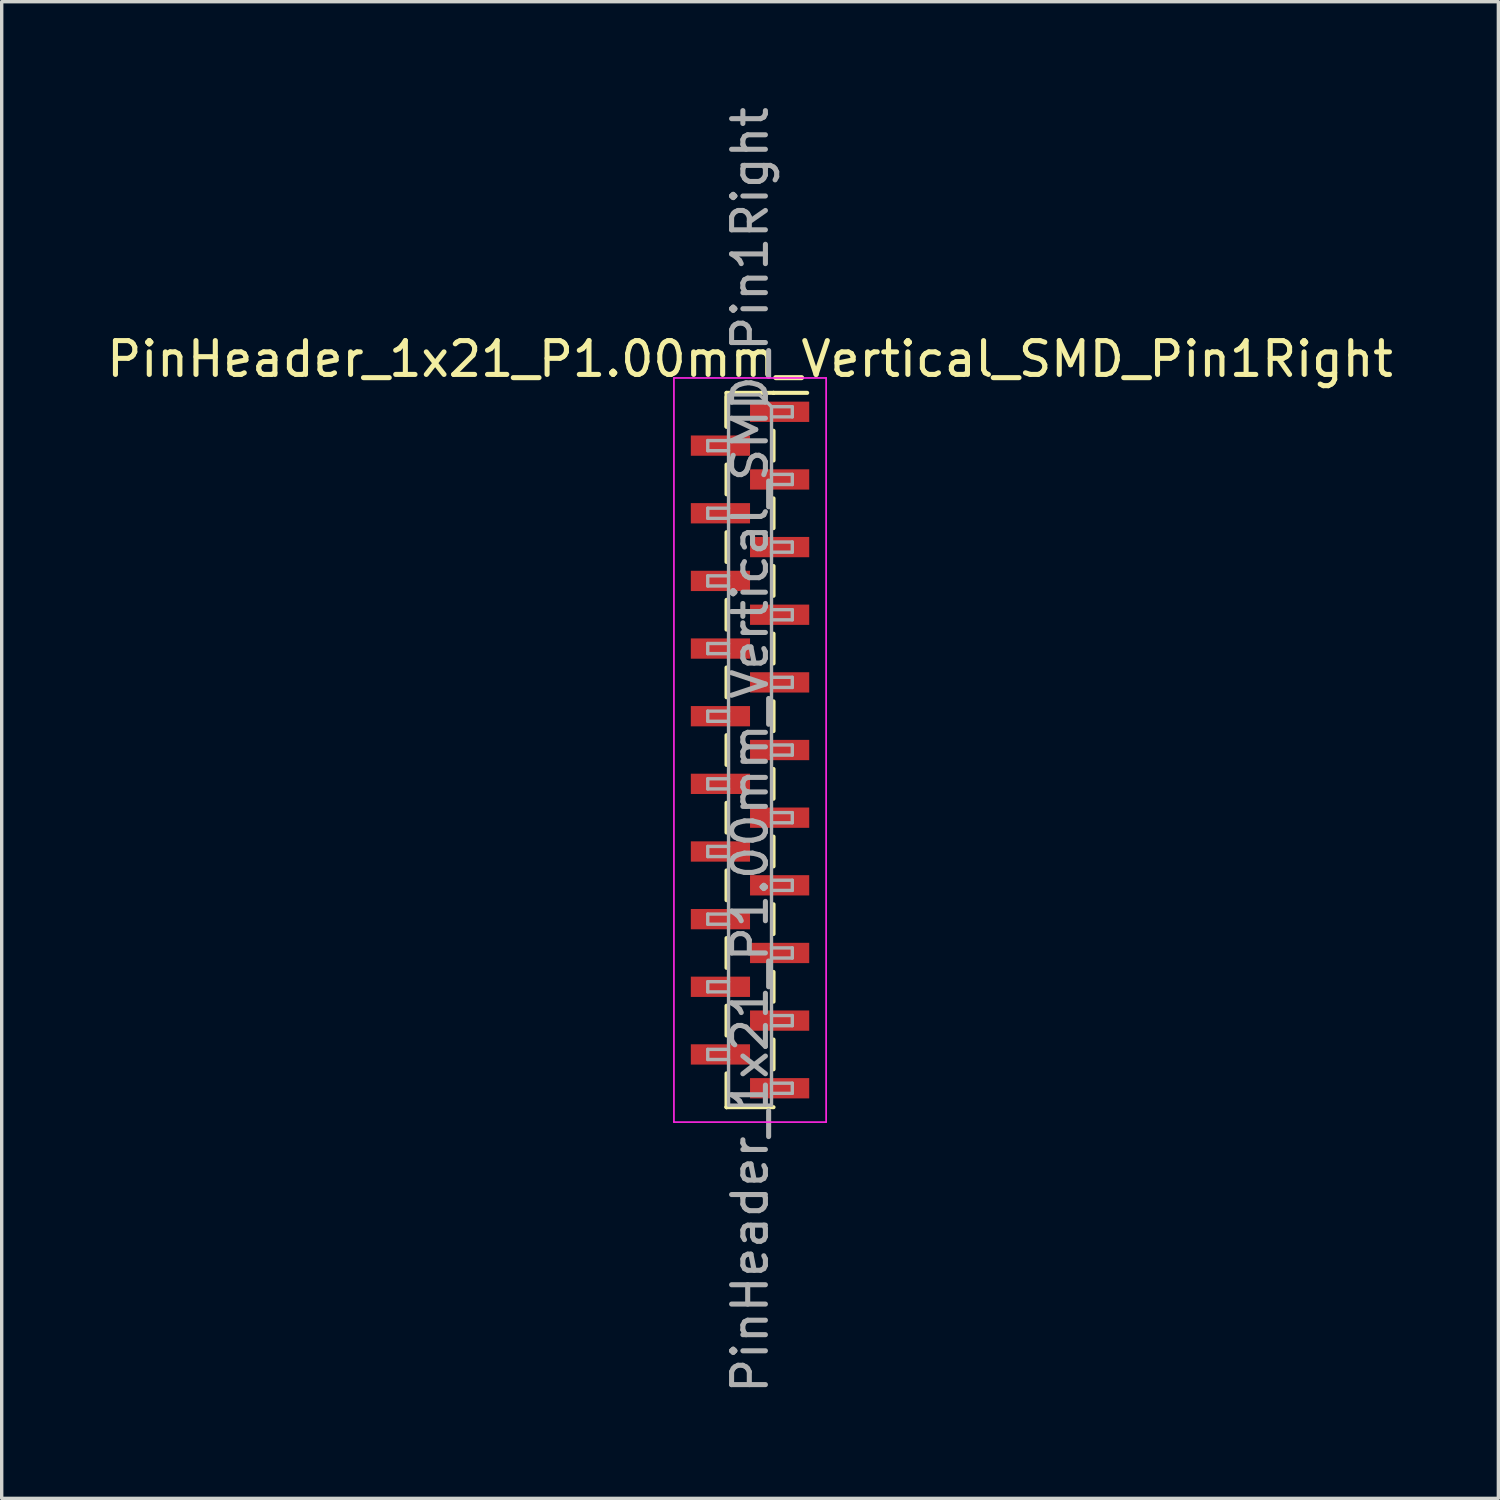
<source format=kicad_pcb>
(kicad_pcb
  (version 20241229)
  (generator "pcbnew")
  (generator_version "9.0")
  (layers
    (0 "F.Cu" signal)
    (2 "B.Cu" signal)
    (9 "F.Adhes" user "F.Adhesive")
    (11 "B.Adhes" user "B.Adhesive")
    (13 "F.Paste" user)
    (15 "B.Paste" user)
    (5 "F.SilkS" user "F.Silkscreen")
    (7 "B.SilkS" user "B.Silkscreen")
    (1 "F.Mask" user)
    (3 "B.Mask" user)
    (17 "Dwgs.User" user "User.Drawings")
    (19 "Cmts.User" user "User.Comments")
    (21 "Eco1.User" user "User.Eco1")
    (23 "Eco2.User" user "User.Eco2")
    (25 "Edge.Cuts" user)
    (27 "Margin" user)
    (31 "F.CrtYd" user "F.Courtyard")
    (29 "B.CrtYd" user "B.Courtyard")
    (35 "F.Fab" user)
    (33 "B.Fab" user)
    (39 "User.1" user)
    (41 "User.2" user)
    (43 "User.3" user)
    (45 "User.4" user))
  (footprint "PinHeader_1x21_P1.00mm_Vertical_SMD_Pin1Right"
    (layer "F.Cu")
    (at 19.125 19.125)
    (property "Reference" "PinHeader_1x21_P1.00mm_Vertical_SMD_Pin1Right" (at 0 -11.56 0) (layer "F.SilkS") (effects (font (size 1 1) (thickness 0.15))))
    (attr smd)
    (fp_line (start -0.695 -10.56) (end -0.695 -9.56) (stroke (width 0.12) (type solid)) (layer "F.SilkS"))
    (fp_line (start -0.695 -10.56) (end 0.695 -10.56) (stroke (width 0.12) (type solid)) (layer "F.SilkS"))
    (fp_line (start -0.695 -10.44) (end -0.695 -9.56) (stroke (width 0.12) (type solid)) (layer "F.SilkS"))
    (fp_line (start -0.695 -8.44) (end -0.695 -7.56) (stroke (width 0.12) (type solid)) (layer "F.SilkS"))
    (fp_line (start -0.695 -6.44) (end -0.695 -5.56) (stroke (width 0.12) (type solid)) (layer "F.SilkS"))
    (fp_line (start -0.695 -4.44) (end -0.695 -3.56) (stroke (width 0.12) (type solid)) (layer "F.SilkS"))
    (fp_line (start -0.695 -2.44) (end -0.695 -1.56) (stroke (width 0.12) (type solid)) (layer "F.SilkS"))
    (fp_line (start -0.695 -0.44) (end -0.695 0.44) (stroke (width 0.12) (type solid)) (layer "F.SilkS"))
    (fp_line (start -0.695 1.56) (end -0.695 2.44) (stroke (width 0.12) (type solid)) (layer "F.SilkS"))
    (fp_line (start -0.695 3.56) (end -0.695 4.44) (stroke (width 0.12) (type solid)) (layer "F.SilkS"))
    (fp_line (start -0.695 5.56) (end -0.695 6.44) (stroke (width 0.12) (type solid)) (layer "F.SilkS"))
    (fp_line (start -0.695 7.56) (end -0.695 8.44) (stroke (width 0.12) (type solid)) (layer "F.SilkS"))
    (fp_line (start -0.695 9.56) (end -0.695 10.56) (stroke (width 0.12) (type solid)) (layer "F.SilkS"))
    (fp_line (start -0.695 10.56) (end -0.695 10.56) (stroke (width 0.12) (type solid)) (layer "F.SilkS"))
    (fp_line (start -0.695 10.56) (end 0.695 10.56) (stroke (width 0.12) (type solid)) (layer "F.SilkS"))
    (fp_line (start 0.695 -10.56) (end 0.695 -10.56) (stroke (width 0.12) (type solid)) (layer "F.SilkS"))
    (fp_line (start 0.695 -10.56) (end 1.69 -10.56) (stroke (width 0.12) (type solid)) (layer "F.SilkS"))
    (fp_line (start 0.695 -9.44) (end 0.695 -8.56) (stroke (width 0.12) (type solid)) (layer "F.SilkS"))
    (fp_line (start 0.695 -7.44) (end 0.695 -6.56) (stroke (width 0.12) (type solid)) (layer "F.SilkS"))
    (fp_line (start 0.695 -5.44) (end 0.695 -4.56) (stroke (width 0.12) (type solid)) (layer "F.SilkS"))
    (fp_line (start 0.695 -3.44) (end 0.695 -2.56) (stroke (width 0.12) (type solid)) (layer "F.SilkS"))
    (fp_line (start 0.695 -1.44) (end 0.695 -0.56) (stroke (width 0.12) (type solid)) (layer "F.SilkS"))
    (fp_line (start 0.695 0.56) (end 0.695 1.44) (stroke (width 0.12) (type solid)) (layer "F.SilkS"))
    (fp_line (start 0.695 2.56) (end 0.695 3.44) (stroke (width 0.12) (type solid)) (layer "F.SilkS"))
    (fp_line (start 0.695 4.56) (end 0.695 5.44) (stroke (width 0.12) (type solid)) (layer "F.SilkS"))
    (fp_line (start 0.695 6.56) (end 0.695 7.44) (stroke (width 0.12) (type solid)) (layer "F.SilkS"))
    (fp_line (start 0.695 8.56) (end 0.695 9.44) (stroke (width 0.12) (type solid)) (layer "F.SilkS"))
    (fp_line (start -2.25 -11) (end -2.25 11) (stroke (width 0.05) (type solid)) (layer "F.CrtYd"))
    (fp_line (start -2.25 11) (end 2.25 11) (stroke (width 0.05) (type solid)) (layer "F.CrtYd"))
    (fp_line (start 2.25 -11) (end -2.25 -11) (stroke (width 0.05) (type solid)) (layer "F.CrtYd"))
    (fp_line (start 2.25 11) (end 2.25 -11) (stroke (width 0.05) (type solid)) (layer "F.CrtYd"))
    (fp_line (start -1.25 -9.15) (end -1.25 -8.85) (stroke (width 0.1) (type solid)) (layer "F.Fab"))
    (fp_line (start -1.25 -8.85) (end -0.635 -8.85) (stroke (width 0.1) (type solid)) (layer "F.Fab"))
    (fp_line (start -1.25 -7.15) (end -1.25 -6.85) (stroke (width 0.1) (type solid)) (layer "F.Fab"))
    (fp_line (start -1.25 -6.85) (end -0.635 -6.85) (stroke (width 0.1) (type solid)) (layer "F.Fab"))
    (fp_line (start -1.25 -5.15) (end -1.25 -4.85) (stroke (width 0.1) (type solid)) (layer "F.Fab"))
    (fp_line (start -1.25 -4.85) (end -0.635 -4.85) (stroke (width 0.1) (type solid)) (layer "F.Fab"))
    (fp_line (start -1.25 -3.15) (end -1.25 -2.85) (stroke (width 0.1) (type solid)) (layer "F.Fab"))
    (fp_line (start -1.25 -2.85) (end -0.635 -2.85) (stroke (width 0.1) (type solid)) (layer "F.Fab"))
    (fp_line (start -1.25 -1.15) (end -1.25 -0.85) (stroke (width 0.1) (type solid)) (layer "F.Fab"))
    (fp_line (start -1.25 -0.85) (end -0.635 -0.85) (stroke (width 0.1) (type solid)) (layer "F.Fab"))
    (fp_line (start -1.25 0.85) (end -1.25 1.15) (stroke (width 0.1) (type solid)) (layer "F.Fab"))
    (fp_line (start -1.25 1.15) (end -0.635 1.15) (stroke (width 0.1) (type solid)) (layer "F.Fab"))
    (fp_line (start -1.25 2.85) (end -1.25 3.15) (stroke (width 0.1) (type solid)) (layer "F.Fab"))
    (fp_line (start -1.25 3.15) (end -0.635 3.15) (stroke (width 0.1) (type solid)) (layer "F.Fab"))
    (fp_line (start -1.25 4.85) (end -1.25 5.15) (stroke (width 0.1) (type solid)) (layer "F.Fab"))
    (fp_line (start -1.25 5.15) (end -0.635 5.15) (stroke (width 0.1) (type solid)) (layer "F.Fab"))
    (fp_line (start -1.25 6.85) (end -1.25 7.15) (stroke (width 0.1) (type solid)) (layer "F.Fab"))
    (fp_line (start -1.25 7.15) (end -0.635 7.15) (stroke (width 0.1) (type solid)) (layer "F.Fab"))
    (fp_line (start -1.25 8.85) (end -1.25 9.15) (stroke (width 0.1) (type solid)) (layer "F.Fab"))
    (fp_line (start -1.25 9.15) (end -0.635 9.15) (stroke (width 0.1) (type solid)) (layer "F.Fab"))
    (fp_line (start -0.635 -10.5) (end -0.635 10.5) (stroke (width 0.1) (type solid)) (layer "F.Fab"))
    (fp_line (start -0.635 -10.5) (end 0.285 -10.5) (stroke (width 0.1) (type solid)) (layer "F.Fab"))
    (fp_line (start -0.635 -9.15) (end -1.25 -9.15) (stroke (width 0.1) (type solid)) (layer "F.Fab"))
    (fp_line (start -0.635 -7.15) (end -1.25 -7.15) (stroke (width 0.1) (type solid)) (layer "F.Fab"))
    (fp_line (start -0.635 -5.15) (end -1.25 -5.15) (stroke (width 0.1) (type solid)) (layer "F.Fab"))
    (fp_line (start -0.635 -3.15) (end -1.25 -3.15) (stroke (width 0.1) (type solid)) (layer "F.Fab"))
    (fp_line (start -0.635 -1.15) (end -1.25 -1.15) (stroke (width 0.1) (type solid)) (layer "F.Fab"))
    (fp_line (start -0.635 0.85) (end -1.25 0.85) (stroke (width 0.1) (type solid)) (layer "F.Fab"))
    (fp_line (start -0.635 2.85) (end -1.25 2.85) (stroke (width 0.1) (type solid)) (layer "F.Fab"))
    (fp_line (start -0.635 4.85) (end -1.25 4.85) (stroke (width 0.1) (type solid)) (layer "F.Fab"))
    (fp_line (start -0.635 6.85) (end -1.25 6.85) (stroke (width 0.1) (type solid)) (layer "F.Fab"))
    (fp_line (start -0.635 8.85) (end -1.25 8.85) (stroke (width 0.1) (type solid)) (layer "F.Fab"))
    (fp_line (start 0.635 -10.15) (end 0.285 -10.5) (stroke (width 0.1) (type solid)) (layer "F.Fab"))
    (fp_line (start 0.635 -10.15) (end 1.25 -10.15) (stroke (width 0.1) (type solid)) (layer "F.Fab"))
    (fp_line (start 0.635 -8.15) (end 1.25 -8.15) (stroke (width 0.1) (type solid)) (layer "F.Fab"))
    (fp_line (start 0.635 -6.15) (end 1.25 -6.15) (stroke (width 0.1) (type solid)) (layer "F.Fab"))
    (fp_line (start 0.635 -4.15) (end 1.25 -4.15) (stroke (width 0.1) (type solid)) (layer "F.Fab"))
    (fp_line (start 0.635 -2.15) (end 1.25 -2.15) (stroke (width 0.1) (type solid)) (layer "F.Fab"))
    (fp_line (start 0.635 -0.15) (end 1.25 -0.15) (stroke (width 0.1) (type solid)) (layer "F.Fab"))
    (fp_line (start 0.635 1.85) (end 1.25 1.85) (stroke (width 0.1) (type solid)) (layer "F.Fab"))
    (fp_line (start 0.635 3.85) (end 1.25 3.85) (stroke (width 0.1) (type solid)) (layer "F.Fab"))
    (fp_line (start 0.635 5.85) (end 1.25 5.85) (stroke (width 0.1) (type solid)) (layer "F.Fab"))
    (fp_line (start 0.635 7.85) (end 1.25 7.85) (stroke (width 0.1) (type solid)) (layer "F.Fab"))
    (fp_line (start 0.635 9.85) (end 1.25 9.85) (stroke (width 0.1) (type solid)) (layer "F.Fab"))
    (fp_line (start 0.635 10.5) (end -0.635 10.5) (stroke (width 0.1) (type solid)) (layer "F.Fab"))
    (fp_line (start 0.635 10.5) (end 0.635 -10.15) (stroke (width 0.1) (type solid)) (layer "F.Fab"))
    (fp_line (start 1.25 -10.15) (end 1.25 -9.85) (stroke (width 0.1) (type solid)) (layer "F.Fab"))
    (fp_line (start 1.25 -9.85) (end 0.635 -9.85) (stroke (width 0.1) (type solid)) (layer "F.Fab"))
    (fp_line (start 1.25 -8.15) (end 1.25 -7.85) (stroke (width 0.1) (type solid)) (layer "F.Fab"))
    (fp_line (start 1.25 -7.85) (end 0.635 -7.85) (stroke (width 0.1) (type solid)) (layer "F.Fab"))
    (fp_line (start 1.25 -6.15) (end 1.25 -5.85) (stroke (width 0.1) (type solid)) (layer "F.Fab"))
    (fp_line (start 1.25 -5.85) (end 0.635 -5.85) (stroke (width 0.1) (type solid)) (layer "F.Fab"))
    (fp_line (start 1.25 -4.15) (end 1.25 -3.85) (stroke (width 0.1) (type solid)) (layer "F.Fab"))
    (fp_line (start 1.25 -3.85) (end 0.635 -3.85) (stroke (width 0.1) (type solid)) (layer "F.Fab"))
    (fp_line (start 1.25 -2.15) (end 1.25 -1.85) (stroke (width 0.1) (type solid)) (layer "F.Fab"))
    (fp_line (start 1.25 -1.85) (end 0.635 -1.85) (stroke (width 0.1) (type solid)) (layer "F.Fab"))
    (fp_line (start 1.25 -0.15) (end 1.25 0.15) (stroke (width 0.1) (type solid)) (layer "F.Fab"))
    (fp_line (start 1.25 0.15) (end 0.635 0.15) (stroke (width 0.1) (type solid)) (layer "F.Fab"))
    (fp_line (start 1.25 1.85) (end 1.25 2.15) (stroke (width 0.1) (type solid)) (layer "F.Fab"))
    (fp_line (start 1.25 2.15) (end 0.635 2.15) (stroke (width 0.1) (type solid)) (layer "F.Fab"))
    (fp_line (start 1.25 3.85) (end 1.25 4.15) (stroke (width 0.1) (type solid)) (layer "F.Fab"))
    (fp_line (start 1.25 4.15) (end 0.635 4.15) (stroke (width 0.1) (type solid)) (layer "F.Fab"))
    (fp_line (start 1.25 5.85) (end 1.25 6.15) (stroke (width 0.1) (type solid)) (layer "F.Fab"))
    (fp_line (start 1.25 6.15) (end 0.635 6.15) (stroke (width 0.1) (type solid)) (layer "F.Fab"))
    (fp_line (start 1.25 7.85) (end 1.25 8.15) (stroke (width 0.1) (type solid)) (layer "F.Fab"))
    (fp_line (start 1.25 8.15) (end 0.635 8.15) (stroke (width 0.1) (type solid)) (layer "F.Fab"))
    (fp_line (start 1.25 9.85) (end 1.25 10.15) (stroke (width 0.1) (type solid)) (layer "F.Fab"))
    (fp_line (start 1.25 10.15) (end 0.635 10.15) (stroke (width 0.1) (type solid)) (layer "F.Fab"))
    (fp_text user "${REFERENCE}" (at 0 0 90) (layer "F.Fab") (effects (font (size 1 1) (thickness 0.15))))
    (pad "1" smd rect (at 0.875 -10) (size 1.75 0.6) (layers "F.Cu" "F.Mask" "F.Paste"))
    (pad "2" smd rect (at -0.875 -9) (size 1.75 0.6) (layers "F.Cu" "F.Mask" "F.Paste"))
    (pad "3" smd rect (at 0.875 -8) (size 1.75 0.6) (layers "F.Cu" "F.Mask" "F.Paste"))
    (pad "4" smd rect (at -0.875 -7) (size 1.75 0.6) (layers "F.Cu" "F.Mask" "F.Paste"))
    (pad "5" smd rect (at 0.875 -6) (size 1.75 0.6) (layers "F.Cu" "F.Mask" "F.Paste"))
    (pad "6" smd rect (at -0.875 -5) (size 1.75 0.6) (layers "F.Cu" "F.Mask" "F.Paste"))
    (pad "7" smd rect (at 0.875 -4) (size 1.75 0.6) (layers "F.Cu" "F.Mask" "F.Paste"))
    (pad "8" smd rect (at -0.875 -3) (size 1.75 0.6) (layers "F.Cu" "F.Mask" "F.Paste"))
    (pad "9" smd rect (at 0.875 -2) (size 1.75 0.6) (layers "F.Cu" "F.Mask" "F.Paste"))
    (pad "10" smd rect (at -0.875 -1) (size 1.75 0.6) (layers "F.Cu" "F.Mask" "F.Paste"))
    (pad "11" smd rect (at 0.875 0) (size 1.75 0.6) (layers "F.Cu" "F.Mask" "F.Paste"))
    (pad "12" smd rect (at -0.875 1) (size 1.75 0.6) (layers "F.Cu" "F.Mask" "F.Paste"))
    (pad "13" smd rect (at 0.875 2) (size 1.75 0.6) (layers "F.Cu" "F.Mask" "F.Paste"))
    (pad "14" smd rect (at -0.875 3) (size 1.75 0.6) (layers "F.Cu" "F.Mask" "F.Paste"))
    (pad "15" smd rect (at 0.875 4) (size 1.75 0.6) (layers "F.Cu" "F.Mask" "F.Paste"))
    (pad "16" smd rect (at -0.875 5) (size 1.75 0.6) (layers "F.Cu" "F.Mask" "F.Paste"))
    (pad "17" smd rect (at 0.875 6) (size 1.75 0.6) (layers "F.Cu" "F.Mask" "F.Paste"))
    (pad "18" smd rect (at -0.875 7) (size 1.75 0.6) (layers "F.Cu" "F.Mask" "F.Paste"))
    (pad "19" smd rect (at 0.875 8) (size 1.75 0.6) (layers "F.Cu" "F.Mask" "F.Paste"))
    (pad "20" smd rect (at -0.875 9) (size 1.75 0.6) (layers "F.Cu" "F.Mask" "F.Paste"))
    (pad "21" smd rect (at 0.875 10) (size 1.75 0.6) (layers "F.Cu" "F.Mask" "F.Paste")))
  (gr_rect
    (start -3 -3)
    (end 41.25 41.25)
    (stroke (width 0.1) (type default))
    (fill no)
    (layer "Edge.Cuts")))
</source>
